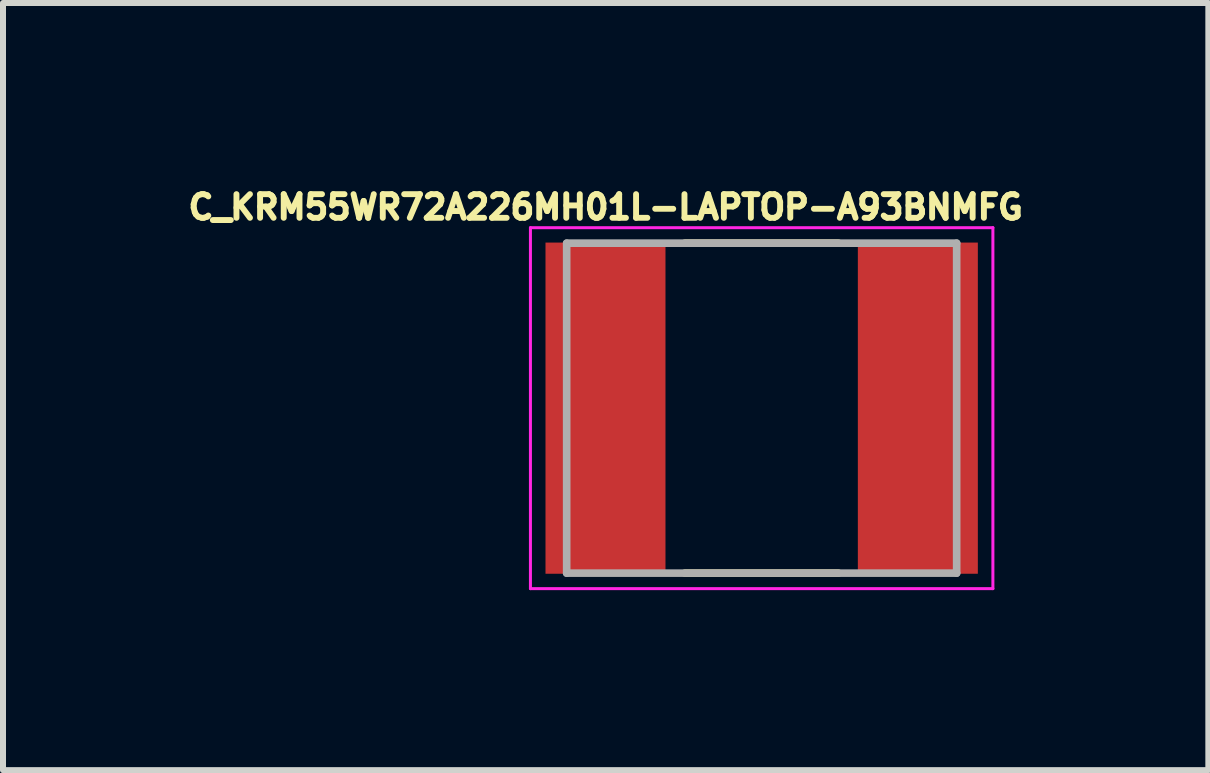
<source format=kicad_pcb>
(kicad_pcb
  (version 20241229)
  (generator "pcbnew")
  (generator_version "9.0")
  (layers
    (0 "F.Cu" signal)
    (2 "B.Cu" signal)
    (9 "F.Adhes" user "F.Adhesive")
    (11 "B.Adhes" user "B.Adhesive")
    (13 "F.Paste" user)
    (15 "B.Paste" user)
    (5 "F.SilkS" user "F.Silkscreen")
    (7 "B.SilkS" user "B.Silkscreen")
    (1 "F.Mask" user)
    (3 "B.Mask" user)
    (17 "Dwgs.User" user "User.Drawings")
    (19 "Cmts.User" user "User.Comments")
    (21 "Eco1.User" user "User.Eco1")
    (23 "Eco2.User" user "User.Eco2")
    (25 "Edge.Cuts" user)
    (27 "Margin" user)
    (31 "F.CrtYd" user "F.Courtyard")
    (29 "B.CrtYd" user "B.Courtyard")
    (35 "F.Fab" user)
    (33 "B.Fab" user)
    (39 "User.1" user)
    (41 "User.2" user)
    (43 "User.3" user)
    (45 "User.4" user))
  (footprint "C_KRM55WR72A226MH01L-LAPTOP-A93BNMFG"
    (layer "F.Cu")
    (at 9.645 3.753)
    (property "Reference" "C_KRM55WR72A226MH01L-LAPTOP-A93BNMFG" (at -2.6 -3.35 0) (layer "F.SilkS") (effects (font (size 0.394 0.394) (thickness 0.15))))
    (attr smd)
    (fp_line (start -1.28 -2.75) (end 1.28 -2.75) (stroke (width 0.127) (type solid)) (layer "F.SilkS"))
    (fp_line (start -1.28 2.75) (end 1.28 2.75) (stroke (width 0.127) (type solid)) (layer "F.SilkS"))
    (fp_line (start -3.854 -3.008) (end 3.854 -3.008) (stroke (width 0.05) (type solid)) (layer "F.CrtYd"))
    (fp_line (start -3.854 3.008) (end -3.854 -3.008) (stroke (width 0.05) (type solid)) (layer "F.CrtYd"))
    (fp_line (start -3.854 3.008) (end 3.854 3.008) (stroke (width 0.05) (type solid)) (layer "F.CrtYd"))
    (fp_line (start 3.854 3.008) (end 3.854 -3.008) (stroke (width 0.05) (type solid)) (layer "F.CrtYd"))
    (fp_line (start -3.25 2.75) (end -3.25 -2.75) (stroke (width 0.127) (type solid)) (layer "F.Fab"))
    (fp_line (start 3.25 -2.75) (end -3.25 -2.75) (stroke (width 0.127) (type solid)) (layer "F.Fab"))
    (fp_line (start 3.25 2.75) (end -3.25 2.75) (stroke (width 0.127) (type solid)) (layer "F.Fab"))
    (fp_line (start 3.25 2.75) (end 3.25 -2.75) (stroke (width 0.127) (type solid)) (layer "F.Fab"))
    (pad "1" smd rect (at -2.603 0) (size 2 5.52) (layers "F.Cu" "F.Mask" "F.Paste"))
    (pad "2" smd rect (at 2.603 0) (size 2 5.52) (layers "F.Cu" "F.Mask" "F.Paste")))
  (gr_rect
    (start -3 -3)
    (end 17.09 9.786)
    (stroke (width 0.1) (type default))
    (fill no)
    (layer "Edge.Cuts")))
</source>
